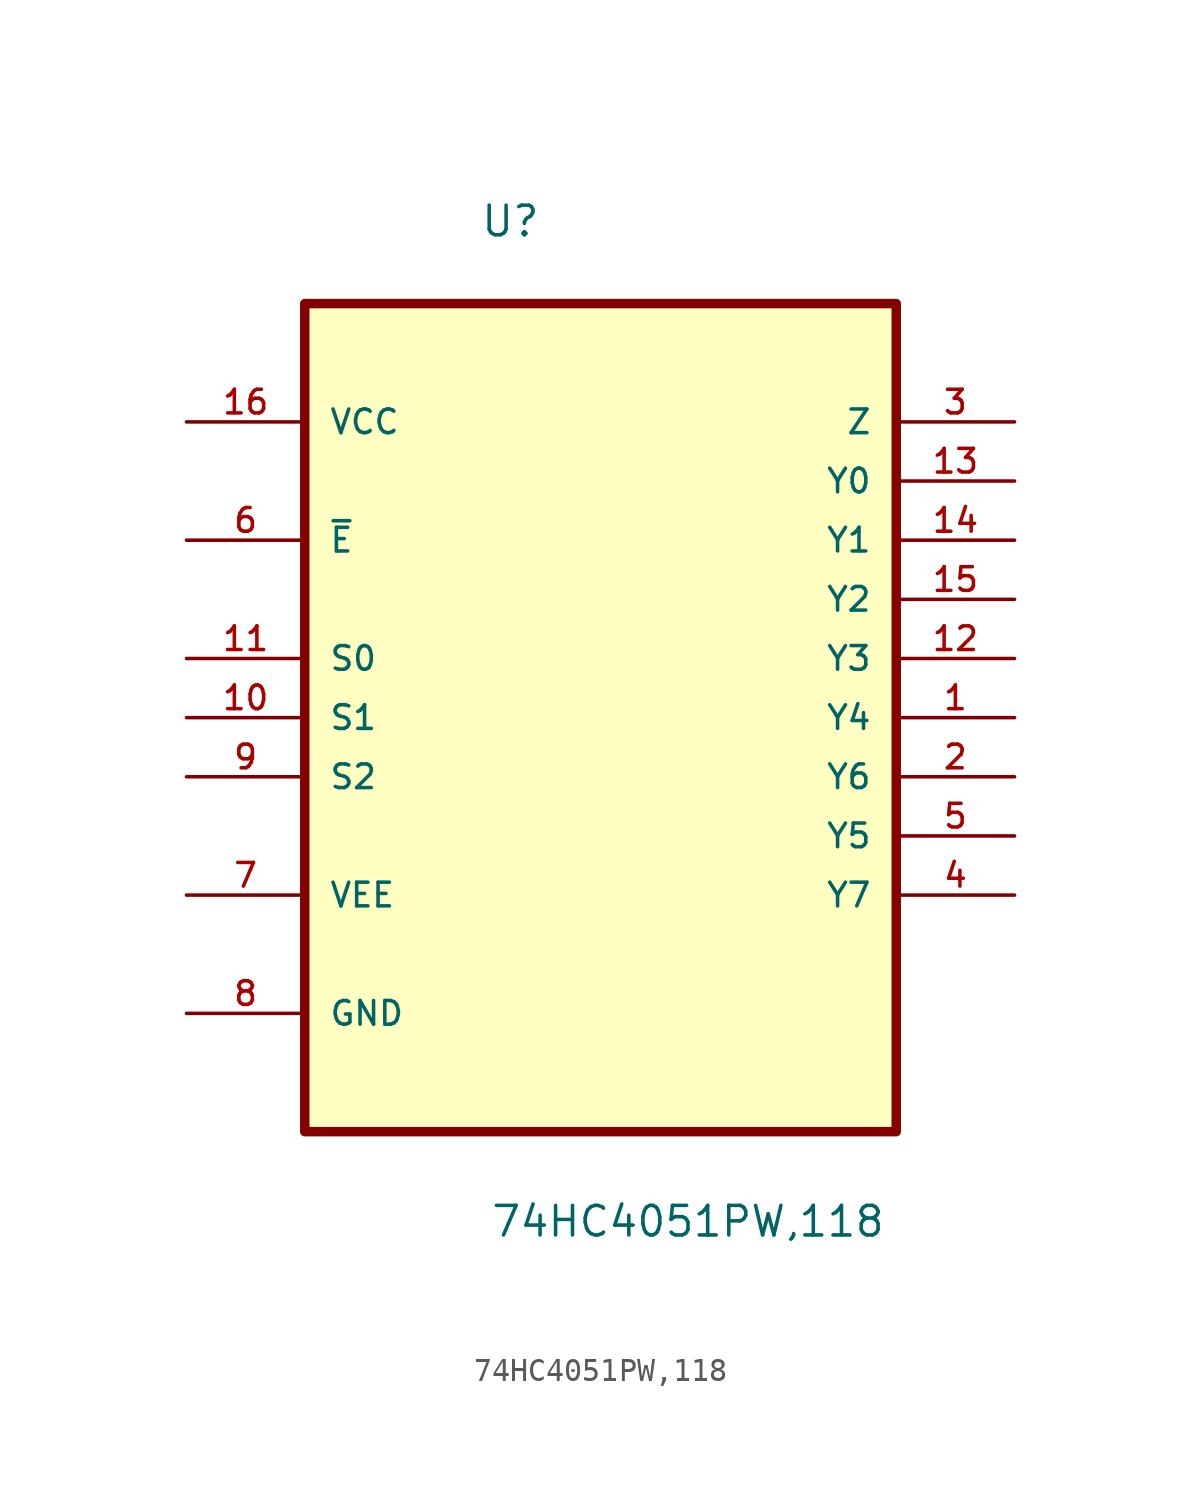
<source format=kicad_sym>
(kicad_symbol_lib
  (version 20211014)
  (generator kicad_symbol_editor)
  (symbol "74HC4051PW,118"
    (pin_names
      (offset 1.016))
    (property "Reference" "U"
      (at -5.182 18.034 0)
      (effects (font (size 1.27 1.27)) (justify left bottom)))
    (property "Value" "74HC4051PW,118"
      (at -4.75 -24.917 0)
      (effects (font (size 1.27 1.27)) (justify left bottom)))
    (property "ki_locked" ""
      (at 0 0 0)
      (effects (font (size 1.27 1.27))))
    (symbol "74HC4051PW,118_0_0"
      (rectangle (start -12.7 -20.32) (end 12.7 15.24) (stroke (width 0.406) (type default) (color 0 0 0 0)) (fill (type background)))
      (pin bidirectional line (at 17.78 -2.54 180) (length 5.08) (name "Y4" (effects (font (size 1.016 1.016)))) (number "1" (effects (font (size 1.016 1.016)))))
      (pin input line (at -17.78 -2.54 0) (length 5.08) (name "S1" (effects (font (size 1.016 1.016)))) (number "10" (effects (font (size 1.016 1.016)))))
      (pin input line (at -17.78 0 0) (length 5.08) (name "S0" (effects (font (size 1.016 1.016)))) (number "11" (effects (font (size 1.016 1.016)))))
      (pin bidirectional line (at 17.78 0 180) (length 5.08) (name "Y3" (effects (font (size 1.016 1.016)))) (number "12" (effects (font (size 1.016 1.016)))))
      (pin bidirectional line (at 17.78 7.62 180) (length 5.08) (name "Y0" (effects (font (size 1.016 1.016)))) (number "13" (effects (font (size 1.016 1.016)))))
      (pin bidirectional line (at 17.78 5.08 180) (length 5.08) (name "Y1" (effects (font (size 1.016 1.016)))) (number "14" (effects (font (size 1.016 1.016)))))
      (pin bidirectional line (at 17.78 2.54 180) (length 5.08) (name "Y2" (effects (font (size 1.016 1.016)))) (number "15" (effects (font (size 1.016 1.016)))))
      (pin power_in line (at -17.78 10.16 0) (length 5.08) (name "VCC" (effects (font (size 1.016 1.016)))) (number "16" (effects (font (size 1.016 1.016)))))
      (pin bidirectional line (at 17.78 -5.08 180) (length 5.08) (name "Y6" (effects (font (size 1.016 1.016)))) (number "2" (effects (font (size 1.016 1.016)))))
      (pin bidirectional line (at 17.78 10.16 180) (length 5.08) (name "Z" (effects (font (size 1.016 1.016)))) (number "3" (effects (font (size 1.016 1.016)))))
      (pin bidirectional line (at 17.78 -10.16 180) (length 5.08) (name "Y7" (effects (font (size 1.016 1.016)))) (number "4" (effects (font (size 1.016 1.016)))))
      (pin bidirectional line (at 17.78 -7.62 180) (length 5.08) (name "Y5" (effects (font (size 1.016 1.016)))) (number "5" (effects (font (size 1.016 1.016)))))
      (pin input line (at -17.78 5.08 0) (length 5.08) (name "~{E}" (effects (font (size 1.016 1.016)))) (number "6" (effects (font (size 1.016 1.016)))))
      (pin power_in line (at -17.78 -10.16 0) (length 5.08) (name "VEE" (effects (font (size 1.016 1.016)))) (number "7" (effects (font (size 1.016 1.016)))))
      (pin passive line (at -17.78 -15.24 0) (length 5.08) (name "GND" (effects (font (size 1.016 1.016)))) (number "8" (effects (font (size 1.016 1.016)))))
      (pin input line (at -17.78 -5.08 0) (length 5.08) (name "S2" (effects (font (size 1.016 1.016)))) (number "9" (effects (font (size 1.016 1.016))))))))
</source>
